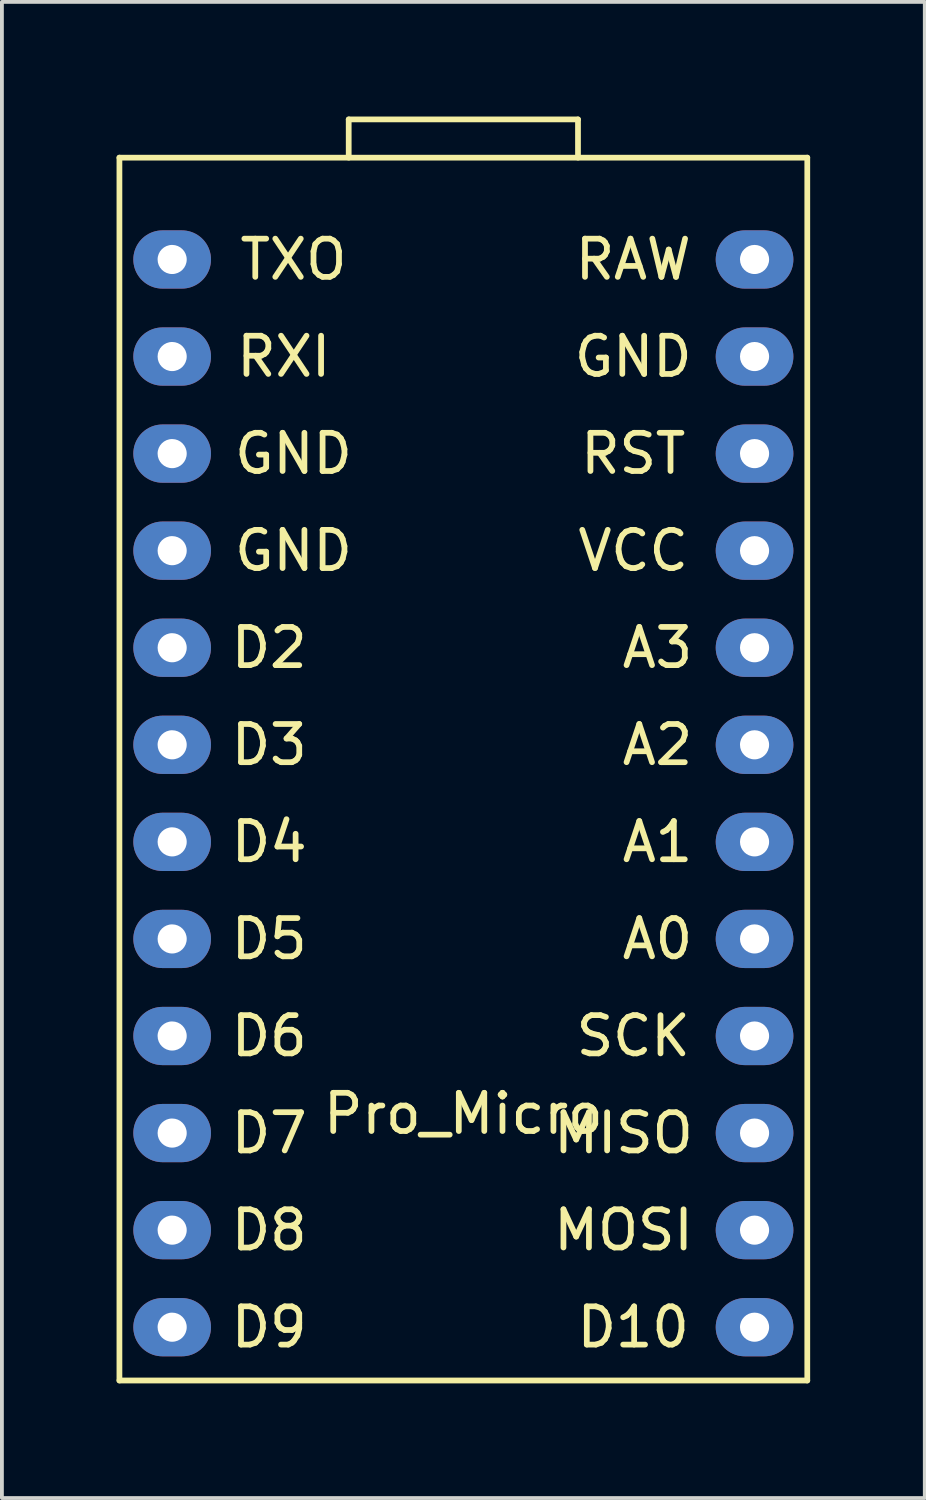
<source format=kicad_pcb>
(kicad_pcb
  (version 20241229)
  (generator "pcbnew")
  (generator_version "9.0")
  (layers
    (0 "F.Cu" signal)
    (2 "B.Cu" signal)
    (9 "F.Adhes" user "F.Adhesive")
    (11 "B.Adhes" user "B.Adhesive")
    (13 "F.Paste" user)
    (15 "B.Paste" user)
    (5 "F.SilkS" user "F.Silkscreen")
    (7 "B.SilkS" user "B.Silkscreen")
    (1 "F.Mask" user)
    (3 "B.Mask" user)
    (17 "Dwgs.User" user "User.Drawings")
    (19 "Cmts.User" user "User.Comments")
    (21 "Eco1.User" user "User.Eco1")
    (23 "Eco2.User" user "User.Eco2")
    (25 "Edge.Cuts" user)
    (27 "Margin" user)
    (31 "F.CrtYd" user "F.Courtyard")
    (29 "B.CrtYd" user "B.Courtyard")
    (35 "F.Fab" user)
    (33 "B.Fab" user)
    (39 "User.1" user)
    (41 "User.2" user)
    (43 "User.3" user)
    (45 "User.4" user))
  (footprint "Pro_Micro"
    (layer "F.Cu")
    (at 9.075 17.075)
    (property "Reference" "Pro_Micro" (at 0 9.017 0) (layer "F.SilkS") (effects (font (size 1 1) (thickness 0.15))))
    (attr through_hole)
    (fp_line (start -9 -16) (end 9 -16) (stroke (width 0.15) (type solid)) (layer "F.SilkS"))
    (fp_line (start -9 16) (end -9 -16) (stroke (width 0.15) (type solid)) (layer "F.SilkS"))
    (fp_line (start -3 -17) (end 3 -17) (stroke (width 0.15) (type solid)) (layer "F.SilkS"))
    (fp_line (start -3 -16) (end -3 -17) (stroke (width 0.15) (type solid)) (layer "F.SilkS"))
    (fp_line (start 3 -17) (end 3 -16) (stroke (width 0.15) (type solid)) (layer "F.SilkS"))
    (fp_line (start 9 -16) (end 9 16) (stroke (width 0.15) (type solid)) (layer "F.SilkS"))
    (fp_line (start 9 16) (end -9 16) (stroke (width 0.15) (type solid)) (layer "F.SilkS"))
    (fp_text user "RST" (at 4.445 -8.255 0) (layer "F.SilkS") (effects (font (size 1 1) (thickness 0.15))))
    (fp_text user "D8" (at -5.08 12.065 0) (layer "F.SilkS") (effects (font (size 1 1) (thickness 0.15))))
    (fp_text user "D3" (at -5.08 -0.635 0) (layer "F.SilkS") (effects (font (size 1 1) (thickness 0.15))))
    (fp_text user "D6" (at -5.08 6.985 0) (layer "F.SilkS") (effects (font (size 1 1) (thickness 0.15))))
    (fp_text user "D4" (at -5.08 1.905 0) (layer "F.SilkS") (effects (font (size 1 1) (thickness 0.15))))
    (fp_text user "D9" (at -5.08 14.605 0) (layer "F.SilkS") (effects (font (size 1 1) (thickness 0.15))))
    (fp_text user "A3" (at 5.08 -3.175 0) (layer "F.SilkS") (effects (font (size 1 1) (thickness 0.15))))
    (fp_text user "TXO" (at -4.445 -13.335 0) (layer "F.SilkS") (effects (font (size 1 1) (thickness 0.15))))
    (fp_text user "D2" (at -5.08 -3.175 0) (layer "F.SilkS") (effects (font (size 1 1) (thickness 0.15))))
    (fp_text user "A0" (at 5.08 4.445 0) (layer "F.SilkS") (effects (font (size 1 1) (thickness 0.15))))
    (fp_text user "RXI" (at -4.699 -10.795 0) (layer "F.SilkS") (effects (font (size 1 1) (thickness 0.15))))
    (fp_text user "A1" (at 5.08 1.905 0) (layer "F.SilkS") (effects (font (size 1 1) (thickness 0.15))))
    (fp_text user "GND" (at 4.445 -10.795 0) (layer "F.SilkS") (effects (font (size 1 1) (thickness 0.15))))
    (fp_text user "GND" (at -4.445 -8.255 0) (layer "F.SilkS") (effects (font (size 1 1) (thickness 0.15))))
    (fp_text user "D10" (at 4.445 14.605 0) (layer "F.SilkS") (effects (font (size 1 1) (thickness 0.15))))
    (fp_text user "MOSI" (at 4.191 12.065 0) (layer "F.SilkS") (effects (font (size 1 1) (thickness 0.15))))
    (fp_text user "D5" (at -5.08 4.445 0) (layer "F.SilkS") (effects (font (size 1 1) (thickness 0.15))))
    (fp_text user "MISO" (at 4.191 9.525 0) (layer "F.SilkS") (effects (font (size 1 1) (thickness 0.15))))
    (fp_text user "GND" (at -4.445 -5.715 0) (layer "F.SilkS") (effects (font (size 1 1) (thickness 0.15))))
    (fp_text user "RAW" (at 4.445 -13.335 0) (layer "F.SilkS") (effects (font (size 1 1) (thickness 0.15))))
    (fp_text user "D7" (at -5.08 9.525 0) (layer "F.SilkS") (effects (font (size 1 1) (thickness 0.15))))
    (fp_text user "A2" (at 5.08 -0.635 0) (layer "F.SilkS") (effects (font (size 1 1) (thickness 0.15))))
    (fp_text user "SCK" (at 4.445 6.985 0) (layer "F.SilkS") (effects (font (size 1 1) (thickness 0.15))))
    (fp_text user "VCC" (at 4.445 -5.715 0) (layer "F.SilkS") (effects (font (size 1 1) (thickness 0.15))))
    (pad "1" thru_hole oval (at -7.62 -13.335) (size 2.032 1.524) (drill 0.762) (layers "*.Cu" "*.Mask"))
    (pad "2" thru_hole oval (at -7.62 -10.795) (size 2.032 1.524) (drill 0.762) (layers "*.Cu" "*.Mask"))
    (pad "3" thru_hole oval (at -7.62 -8.255) (size 2.032 1.524) (drill 0.762) (layers "*.Cu" "*.Mask"))
    (pad "4" thru_hole oval (at -7.62 -5.715) (size 2.032 1.524) (drill 0.762) (layers "*.Cu" "*.Mask"))
    (pad "5" thru_hole oval (at -7.62 -3.175) (size 2.032 1.524) (drill 0.762) (layers "*.Cu" "*.Mask"))
    (pad "6" thru_hole oval (at -7.62 -0.635) (size 2.032 1.524) (drill 0.762) (layers "*.Cu" "*.Mask"))
    (pad "7" thru_hole oval (at -7.62 1.905) (size 2.032 1.524) (drill 0.762) (layers "*.Cu" "*.Mask"))
    (pad "8" thru_hole oval (at -7.62 4.445) (size 2.032 1.524) (drill 0.762) (layers "*.Cu" "*.Mask"))
    (pad "9" thru_hole oval (at -7.62 6.985) (size 2.032 1.524) (drill 0.762) (layers "*.Cu" "*.Mask"))
    (pad "10" thru_hole oval (at -7.62 9.525) (size 2.032 1.524) (drill 0.762) (layers "*.Cu" "*.Mask"))
    (pad "11" thru_hole oval (at -7.62 12.065) (size 2.032 1.524) (drill 0.762) (layers "*.Cu" "*.Mask"))
    (pad "12" thru_hole oval (at -7.62 14.605) (size 2.032 1.524) (drill 0.762) (layers "*.Cu" "*.Mask"))
    (pad "13" thru_hole oval (at 7.62 14.605) (size 2.032 1.524) (drill 0.762) (layers "*.Cu" "*.Mask"))
    (pad "14" thru_hole oval (at 7.62 12.065) (size 2.032 1.524) (drill 0.762) (layers "*.Cu" "*.Mask"))
    (pad "15" thru_hole oval (at 7.62 9.525) (size 2.032 1.524) (drill 0.762) (layers "*.Cu" "*.Mask"))
    (pad "16" thru_hole oval (at 7.62 6.985) (size 2.032 1.524) (drill 0.762) (layers "*.Cu" "*.Mask"))
    (pad "17" thru_hole oval (at 7.62 4.445) (size 2.032 1.524) (drill 0.762) (layers "*.Cu" "*.Mask"))
    (pad "18" thru_hole oval (at 7.62 1.905) (size 2.032 1.524) (drill 0.762) (layers "*.Cu" "*.Mask"))
    (pad "19" thru_hole oval (at 7.62 -0.635) (size 2.032 1.524) (drill 0.762) (layers "*.Cu" "*.Mask"))
    (pad "20" thru_hole oval (at 7.62 -3.175) (size 2.032 1.524) (drill 0.762) (layers "*.Cu" "*.Mask"))
    (pad "21" thru_hole oval (at 7.62 -5.715) (size 2.032 1.524) (drill 0.762) (layers "*.Cu" "*.Mask"))
    (pad "22" thru_hole oval (at 7.62 -8.255) (size 2.032 1.524) (drill 0.762) (layers "*.Cu" "*.Mask"))
    (pad "23" thru_hole oval (at 7.62 -10.795) (size 2.032 1.524) (drill 0.762) (layers "*.Cu" "*.Mask"))
    (pad "24" thru_hole oval (at 7.62 -13.335) (size 2.032 1.524) (drill 0.762) (layers "*.Cu" "*.Mask")))
  (gr_rect
    (start -3 -3)
    (end 21.15 36.15)
    (stroke (width 0.1) (type default))
    (fill no)
    (layer "Edge.Cuts")))
</source>
